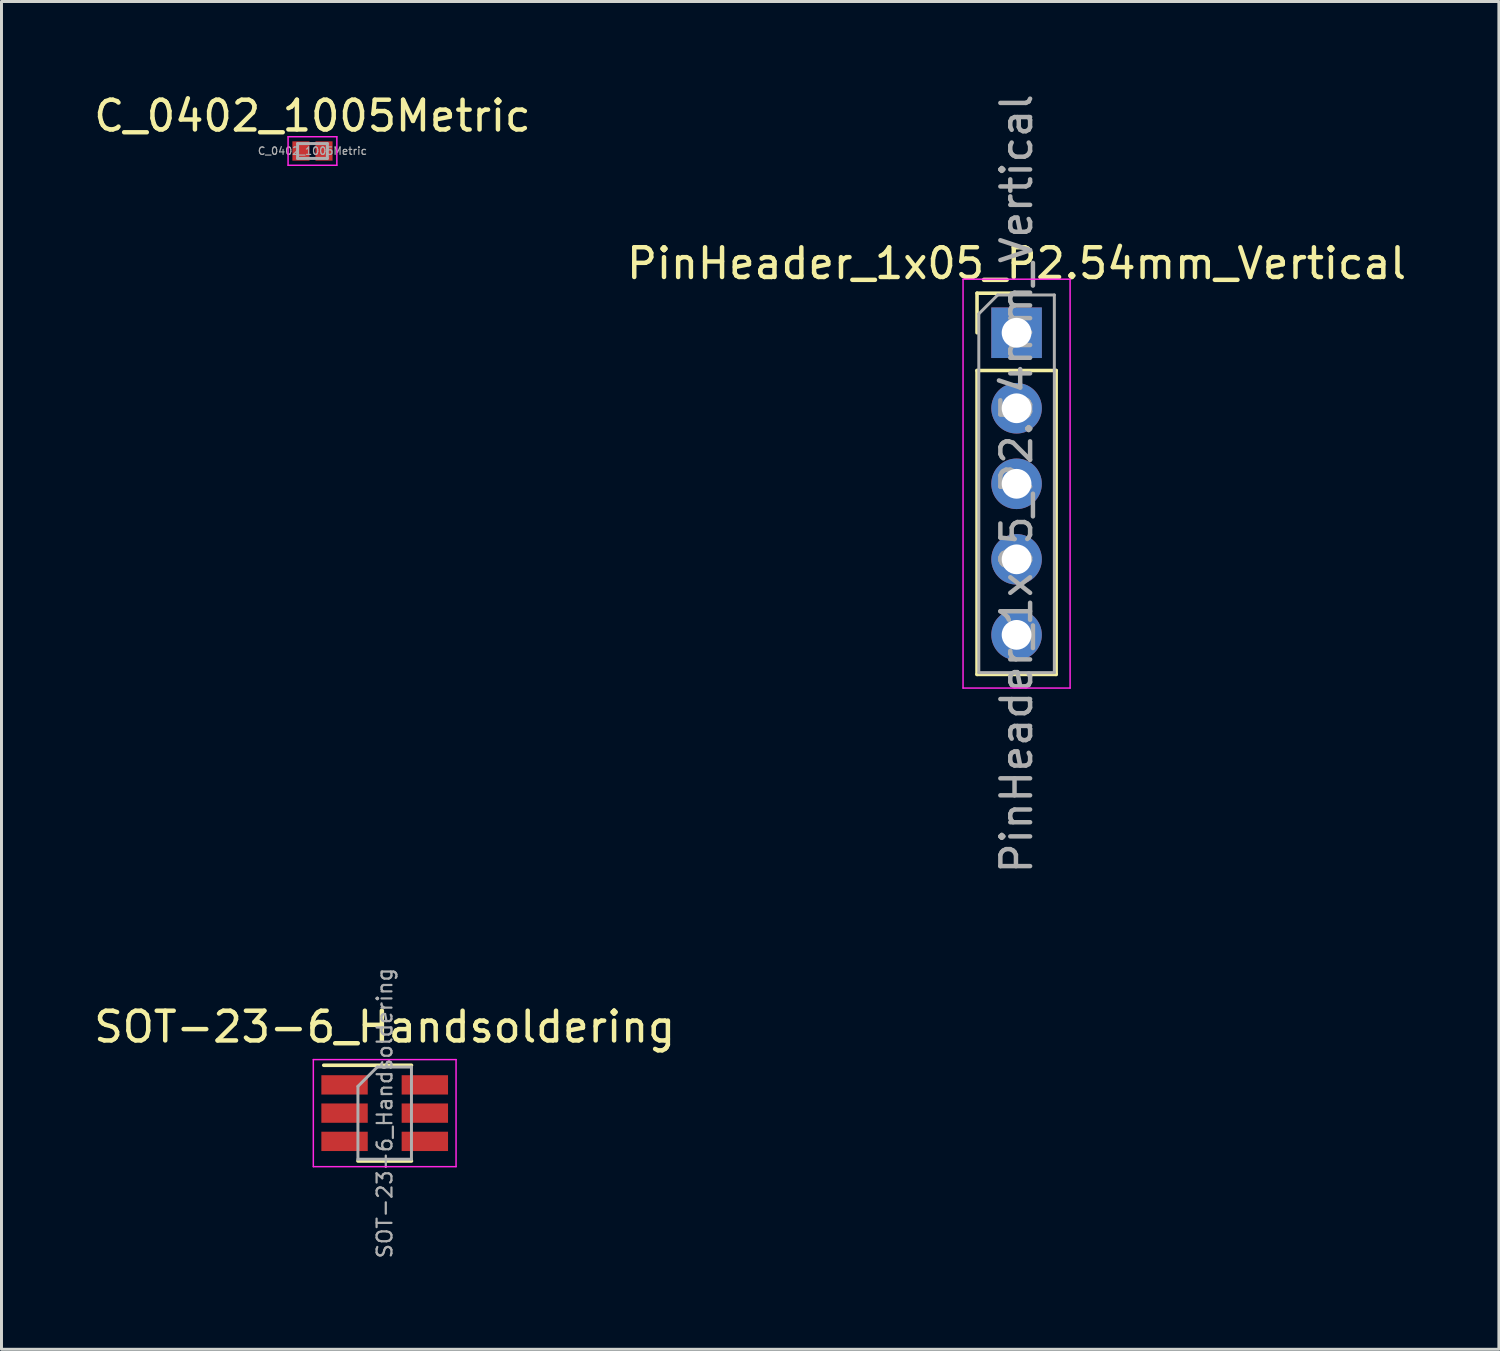
<source format=kicad_pcb>
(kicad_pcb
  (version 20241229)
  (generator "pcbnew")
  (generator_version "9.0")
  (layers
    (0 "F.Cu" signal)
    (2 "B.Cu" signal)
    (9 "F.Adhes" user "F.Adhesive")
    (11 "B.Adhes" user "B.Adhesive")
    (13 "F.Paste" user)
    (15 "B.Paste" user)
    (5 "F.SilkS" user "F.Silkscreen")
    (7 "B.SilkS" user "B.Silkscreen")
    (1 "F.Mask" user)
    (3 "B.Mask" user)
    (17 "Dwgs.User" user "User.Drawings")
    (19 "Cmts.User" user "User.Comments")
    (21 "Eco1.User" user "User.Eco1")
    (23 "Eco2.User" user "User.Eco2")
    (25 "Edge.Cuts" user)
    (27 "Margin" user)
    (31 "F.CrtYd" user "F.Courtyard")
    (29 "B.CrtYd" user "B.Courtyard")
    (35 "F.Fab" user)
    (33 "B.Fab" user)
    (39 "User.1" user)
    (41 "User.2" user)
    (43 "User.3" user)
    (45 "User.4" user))
  (footprint "SOT-23-6_Handsoldering"
    (layer "F.Cu")
    (at 9.887 34.384)
    (property "Reference" "SOT-23-6_Handsoldering" (at 0 -2.9 0) (layer "F.SilkS") (effects (font (size 1 1) (thickness 0.15))))
    (attr smd)
    (fp_line (start -0.9 1.61) (end 0.9 1.61) (stroke (width 0.12) (type solid)) (layer "F.SilkS"))
    (fp_line (start 0.9 -1.61) (end -2.05 -1.61) (stroke (width 0.12) (type solid)) (layer "F.SilkS"))
    (fp_line (start -2.4 -1.8) (end 2.4 -1.8) (stroke (width 0.05) (type solid)) (layer "F.CrtYd"))
    (fp_line (start -2.4 1.8) (end -2.4 -1.8) (stroke (width 0.05) (type solid)) (layer "F.CrtYd"))
    (fp_line (start 2.4 -1.8) (end 2.4 1.8) (stroke (width 0.05) (type solid)) (layer "F.CrtYd"))
    (fp_line (start 2.4 1.8) (end -2.4 1.8) (stroke (width 0.05) (type solid)) (layer "F.CrtYd"))
    (fp_line (start -0.9 -0.9) (end -0.9 1.55) (stroke (width 0.1) (type solid)) (layer "F.Fab"))
    (fp_line (start -0.9 -0.9) (end -0.25 -1.55) (stroke (width 0.1) (type solid)) (layer "F.Fab"))
    (fp_line (start 0.9 -1.55) (end -0.25 -1.55) (stroke (width 0.1) (type solid)) (layer "F.Fab"))
    (fp_line (start 0.9 -1.55) (end 0.9 1.55) (stroke (width 0.1) (type solid)) (layer "F.Fab"))
    (fp_line (start 0.9 1.55) (end -0.9 1.55) (stroke (width 0.1) (type solid)) (layer "F.Fab"))
    (fp_text user "${REFERENCE}" (at 0 0 90) (layer "F.Fab") (effects (font (size 0.5 0.5) (thickness 0.075))))
    (pad "1" smd rect (at -1.35 -0.95) (size 1.56 0.65) (layers "F.Cu" "F.Mask" "F.Paste"))
    (pad "2" smd rect (at -1.35 0) (size 1.56 0.65) (layers "F.Cu" "F.Mask" "F.Paste"))
    (pad "3" smd rect (at -1.35 0.95) (size 1.56 0.65) (layers "F.Cu" "F.Mask" "F.Paste"))
    (pad "4" smd rect (at 1.35 0.95) (size 1.56 0.65) (layers "F.Cu" "F.Mask" "F.Paste"))
    (pad "5" smd rect (at 1.35 0) (size 1.56 0.65) (layers "F.Cu" "F.Mask" "F.Paste"))
    (pad "6" smd rect (at 1.35 -0.95) (size 1.56 0.65) (layers "F.Cu" "F.Mask" "F.Paste")))
  (footprint "C_0402_1005Metric"
    (layer "F.Cu")
    (at 7.458 2.028)
    (property "Reference" "C_0402_1005Metric" (at 0 -1.18 0) (layer "F.SilkS") (effects (font (size 1 1) (thickness 0.15))))
    (attr smd)
    (fp_line (start -0.82 -0.48) (end 0.82 -0.48) (stroke (width 0.05) (type solid)) (layer "F.CrtYd"))
    (fp_line (start -0.82 0.48) (end -0.82 -0.48) (stroke (width 0.05) (type solid)) (layer "F.CrtYd"))
    (fp_line (start 0.82 -0.48) (end 0.82 0.48) (stroke (width 0.05) (type solid)) (layer "F.CrtYd"))
    (fp_line (start 0.82 0.48) (end -0.82 0.48) (stroke (width 0.05) (type solid)) (layer "F.CrtYd"))
    (fp_line (start -0.5 -0.25) (end 0.5 -0.25) (stroke (width 0.1) (type solid)) (layer "F.Fab"))
    (fp_line (start -0.5 0.25) (end -0.5 -0.25) (stroke (width 0.1) (type solid)) (layer "F.Fab"))
    (fp_line (start 0.5 -0.25) (end 0.5 0.25) (stroke (width 0.1) (type solid)) (layer "F.Fab"))
    (fp_line (start 0.5 0.25) (end -0.5 0.25) (stroke (width 0.1) (type solid)) (layer "F.Fab"))
    (fp_text user "${REFERENCE}" (at 0 0 0) (layer "F.Fab") (effects (font (size 0.25 0.25) (thickness 0.04))))
    (pad "1" smd rect (at -0.388 0) (size 0.575 0.65) (layers "F.Cu" "F.Mask" "F.Paste"))
    (pad "2" smd rect (at 0.388 0) (size 0.575 0.65) (layers "F.Cu" "F.Mask" "F.Paste")))
  (footprint "PinHeader_1x05_P2.54mm_Vertical"
    (layer "F.Cu")
    (at 31.137 8.14)
    (property "Reference" "PinHeader_1x05_P2.54mm_Vertical" (at 0 -2.33 0) (layer "F.SilkS") (effects (font (size 1 1) (thickness 0.15))))
    (attr through_hole)
    (fp_line (start -1.33 -1.33) (end 0 -1.33) (stroke (width 0.12) (type solid)) (layer "F.SilkS"))
    (fp_line (start -1.33 0) (end -1.33 -1.33) (stroke (width 0.12) (type solid)) (layer "F.SilkS"))
    (fp_line (start -1.33 1.27) (end -1.33 11.49) (stroke (width 0.12) (type solid)) (layer "F.SilkS"))
    (fp_line (start -1.33 1.27) (end 1.33 1.27) (stroke (width 0.12) (type solid)) (layer "F.SilkS"))
    (fp_line (start -1.33 11.49) (end 1.33 11.49) (stroke (width 0.12) (type solid)) (layer "F.SilkS"))
    (fp_line (start 1.33 1.27) (end 1.33 11.49) (stroke (width 0.12) (type solid)) (layer "F.SilkS"))
    (fp_line (start -1.8 -1.8) (end -1.8 11.95) (stroke (width 0.05) (type solid)) (layer "F.CrtYd"))
    (fp_line (start -1.8 11.95) (end 1.8 11.95) (stroke (width 0.05) (type solid)) (layer "F.CrtYd"))
    (fp_line (start 1.8 -1.8) (end -1.8 -1.8) (stroke (width 0.05) (type solid)) (layer "F.CrtYd"))
    (fp_line (start 1.8 11.95) (end 1.8 -1.8) (stroke (width 0.05) (type solid)) (layer "F.CrtYd"))
    (fp_line (start -1.27 -0.635) (end -0.635 -1.27) (stroke (width 0.1) (type solid)) (layer "F.Fab"))
    (fp_line (start -1.27 11.43) (end -1.27 -0.635) (stroke (width 0.1) (type solid)) (layer "F.Fab"))
    (fp_line (start -0.635 -1.27) (end 1.27 -1.27) (stroke (width 0.1) (type solid)) (layer "F.Fab"))
    (fp_line (start 1.27 -1.27) (end 1.27 11.43) (stroke (width 0.1) (type solid)) (layer "F.Fab"))
    (fp_line (start 1.27 11.43) (end -1.27 11.43) (stroke (width 0.1) (type solid)) (layer "F.Fab"))
    (fp_text user "${REFERENCE}" (at 0 5.08 90) (layer "F.Fab") (effects (font (size 1 1) (thickness 0.15))))
    (pad "1" thru_hole rect (at 0 0) (size 1.7 1.7) (drill 1) (layers "*.Cu" "*.Mask"))
    (pad "2" thru_hole oval (at 0 2.54) (size 1.7 1.7) (drill 1) (layers "*.Cu" "*.Mask"))
    (pad "3" thru_hole oval (at 0 5.08) (size 1.7 1.7) (drill 1) (layers "*.Cu" "*.Mask"))
    (pad "4" thru_hole oval (at 0 7.62) (size 1.7 1.7) (drill 1) (layers "*.Cu" "*.Mask"))
    (pad "5" thru_hole oval (at 0 10.16) (size 1.7 1.7) (drill 1) (layers "*.Cu" "*.Mask")))
  (gr_rect
    (start -3 -3)
    (end 47.357 42.327)
    (stroke (width 0.1) (type default))
    (fill no)
    (layer "Edge.Cuts")))
</source>
